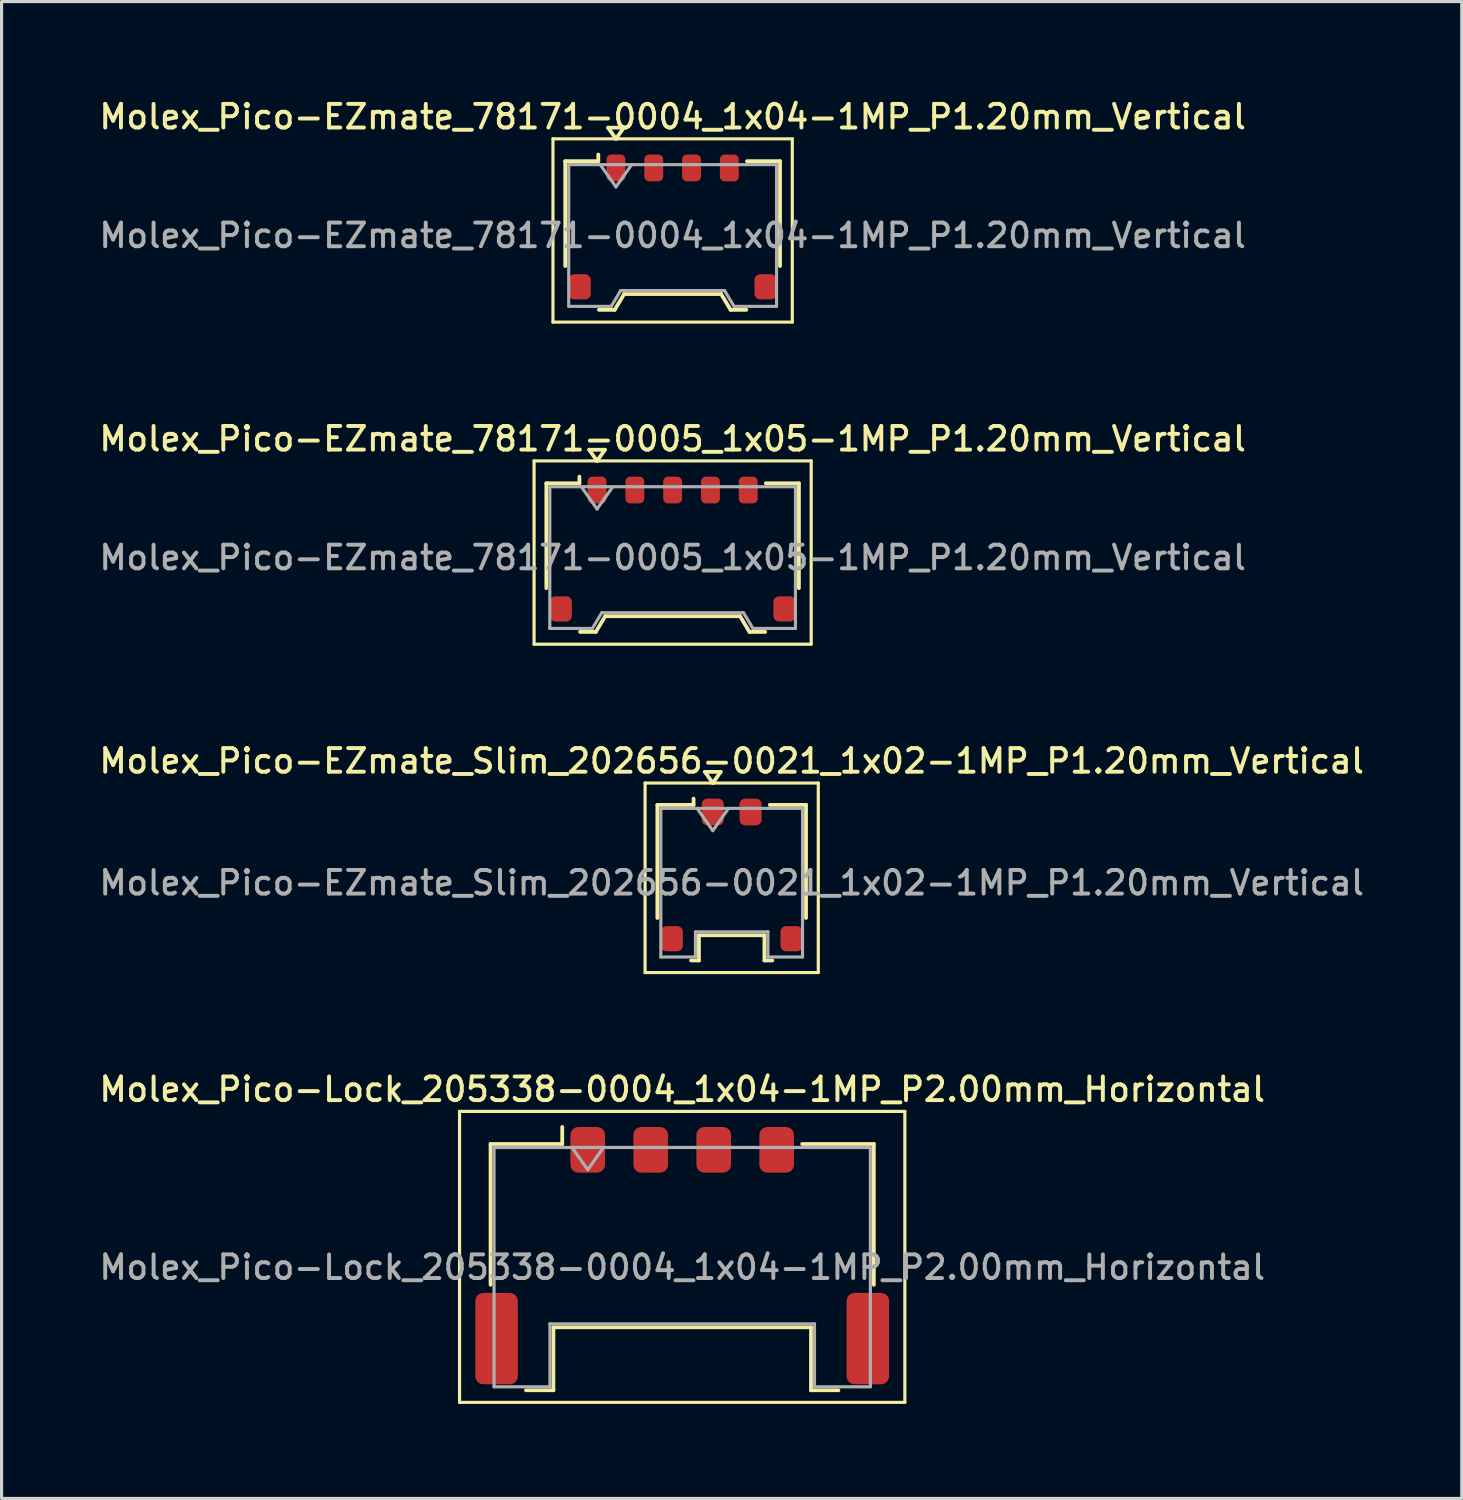
<source format=kicad_pcb>
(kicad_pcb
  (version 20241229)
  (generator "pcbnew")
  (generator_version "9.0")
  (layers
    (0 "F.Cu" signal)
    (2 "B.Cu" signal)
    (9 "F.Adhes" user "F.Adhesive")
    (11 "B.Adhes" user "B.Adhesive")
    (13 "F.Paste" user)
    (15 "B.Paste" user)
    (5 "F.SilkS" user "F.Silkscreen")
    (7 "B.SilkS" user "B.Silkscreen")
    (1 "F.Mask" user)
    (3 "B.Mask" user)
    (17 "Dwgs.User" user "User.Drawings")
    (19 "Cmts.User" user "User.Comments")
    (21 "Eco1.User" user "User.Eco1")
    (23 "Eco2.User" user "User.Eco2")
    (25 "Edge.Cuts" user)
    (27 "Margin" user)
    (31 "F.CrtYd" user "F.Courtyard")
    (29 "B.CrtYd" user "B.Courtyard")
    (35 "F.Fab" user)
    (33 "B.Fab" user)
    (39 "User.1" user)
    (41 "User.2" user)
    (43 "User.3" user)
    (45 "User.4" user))
  (footprint "Molex_Pico-EZmate_78171-0005_1x05-1MP_P1.20mm_Vertical"
    (layer "F.Cu")
    (at 18.309 14.386)
    (property "Reference" "Molex_Pico-EZmate_78171-0005_1x05-1MP_P1.20mm_Vertical" (at 0 -3.5 0) (layer "F.SilkS") (effects (font (size 0.75 0.75) (thickness 0.125))))
    (attr smd)
    (fp_line (start -4.4 -2.8) (end -4.4 3.02) (stroke (width 0.1) (type solid)) (layer "F.SilkS"))
    (fp_line (start -4.4 3.02) (end 4.4 3.02) (stroke (width 0.1) (type solid)) (layer "F.SilkS"))
    (fp_line (start -4.01 -2.09) (end -2.96 -2.09) (stroke (width 0.12) (type solid)) (layer "F.SilkS"))
    (fp_line (start -4.01 1.24) (end -4.01 -2.09) (stroke (width 0.12) (type solid)) (layer "F.SilkS"))
    (fp_line (start -2.96 -2.09) (end -2.96 -2.3) (stroke (width 0.12) (type solid)) (layer "F.SilkS"))
    (fp_line (start -2.94 2.63) (end -2.44 2.63) (stroke (width 0.12) (type solid)) (layer "F.SilkS"))
    (fp_line (start -2.65 -3.154) (end -2.4 -2.8) (stroke (width 0.12) (type solid)) (layer "F.SilkS"))
    (fp_line (start -2.44 2.63) (end -2.14 2.13) (stroke (width 0.12) (type solid)) (layer "F.SilkS"))
    (fp_line (start -2.4 -2.8) (end -2.15 -3.154) (stroke (width 0.12) (type solid)) (layer "F.SilkS"))
    (fp_line (start -2.15 -3.154) (end -2.65 -3.154) (stroke (width 0.12) (type solid)) (layer "F.SilkS"))
    (fp_line (start -2.14 2.13) (end 2.14 2.13) (stroke (width 0.12) (type solid)) (layer "F.SilkS"))
    (fp_line (start 2.14 2.13) (end 2.44 2.63) (stroke (width 0.12) (type solid)) (layer "F.SilkS"))
    (fp_line (start 2.44 2.63) (end 2.94 2.63) (stroke (width 0.12) (type solid)) (layer "F.SilkS"))
    (fp_line (start 4.01 -2.09) (end 2.96 -2.09) (stroke (width 0.12) (type solid)) (layer "F.SilkS"))
    (fp_line (start 4.01 1.24) (end 4.01 -2.09) (stroke (width 0.12) (type solid)) (layer "F.SilkS"))
    (fp_line (start 4.4 -2.8) (end -4.4 -2.8) (stroke (width 0.1) (type solid)) (layer "F.SilkS"))
    (fp_line (start 4.4 3.02) (end 4.4 -2.8) (stroke (width 0.1) (type solid)) (layer "F.SilkS"))
    (fp_line (start -3.9 -1.98) (end -3.9 2.52) (stroke (width 0.1) (type solid)) (layer "F.Fab"))
    (fp_line (start -3.9 -1.98) (end 3.9 -1.98) (stroke (width 0.1) (type solid)) (layer "F.Fab"))
    (fp_line (start -3.9 2.52) (end -2.55 2.52) (stroke (width 0.1) (type solid)) (layer "F.Fab"))
    (fp_line (start -2.9 -1.98) (end -2.4 -1.273) (stroke (width 0.1) (type solid)) (layer "F.Fab"))
    (fp_line (start -2.55 2.52) (end -2.25 2.02) (stroke (width 0.1) (type solid)) (layer "F.Fab"))
    (fp_line (start -2.4 -1.273) (end -1.9 -1.98) (stroke (width 0.1) (type solid)) (layer "F.Fab"))
    (fp_line (start -2.25 2.02) (end 2.25 2.02) (stroke (width 0.1) (type solid)) (layer "F.Fab"))
    (fp_line (start 2.25 2.02) (end 2.55 2.52) (stroke (width 0.1) (type solid)) (layer "F.Fab"))
    (fp_line (start 2.55 2.52) (end 3.9 2.52) (stroke (width 0.1) (type solid)) (layer "F.Fab"))
    (fp_line (start 3.9 -1.98) (end 3.9 2.52) (stroke (width 0.1) (type solid)) (layer "F.Fab"))
    (fp_text user "${REFERENCE}" (at 0 0.27 0) (layer "F.Fab") (effects (font (size 0.75 0.75) (thickness 0.125))))
    (pad "1" smd roundrect (at -2.4 -1.875) (size 0.6 0.85) (layers "F.Cu" "F.Mask" "F.Paste") (roundrect_rratio 0.25))
    (pad "2" smd roundrect (at -1.2 -1.875) (size 0.6 0.85) (layers "F.Cu" "F.Mask" "F.Paste") (roundrect_rratio 0.25))
    (pad "3" smd roundrect (at 0 -1.875) (size 0.6 0.85) (layers "F.Cu" "F.Mask" "F.Paste") (roundrect_rratio 0.25))
    (pad "4" smd roundrect (at 1.2 -1.875) (size 0.6 0.85) (layers "F.Cu" "F.Mask" "F.Paste") (roundrect_rratio 0.25))
    (pad "5" smd roundrect (at 2.4 -1.875) (size 0.6 0.85) (layers "F.Cu" "F.Mask" "F.Paste") (roundrect_rratio 0.25))
    (pad "MP" smd roundrect (at -3.55 1.9) (size 0.7 0.8) (layers "F.Cu" "F.Mask" "F.Paste") (roundrect_rratio 0.25))
    (pad "MP" smd roundrect (at 3.55 1.9) (size 0.7 0.8) (layers "F.Cu" "F.Mask" "F.Paste") (roundrect_rratio 0.25)))
  (footprint "Molex_Pico-Lock_205338-0004_1x04-1MP_P2.00mm_Horizontal"
    (layer "F.Cu")
    (at 18.613 36.822)
    (property "Reference" "Molex_Pico-Lock_205338-0004_1x04-1MP_P2.00mm_Horizontal" (at 0 -5.28 0) (layer "F.SilkS") (effects (font (size 0.75 0.75) (thickness 0.125))))
    (attr smd)
    (fp_line (start -7.07 -4.58) (end -7.07 4.66) (stroke (width 0.1) (type solid)) (layer "F.SilkS"))
    (fp_line (start -7.07 4.66) (end 7.07 4.66) (stroke (width 0.1) (type solid)) (layer "F.SilkS"))
    (fp_line (start -6.085 -3.545) (end -3.81 -3.545) (stroke (width 0.12) (type solid)) (layer "F.SilkS"))
    (fp_line (start -6.085 0.925) (end -6.085 -3.545) (stroke (width 0.12) (type solid)) (layer "F.SilkS"))
    (fp_line (start -4.96 4.275) (end -4.09 4.275) (stroke (width 0.12) (type solid)) (layer "F.SilkS"))
    (fp_line (start -4.09 2.275) (end 4.09 2.275) (stroke (width 0.12) (type solid)) (layer "F.SilkS"))
    (fp_line (start -4.09 4.275) (end -4.09 2.275) (stroke (width 0.12) (type solid)) (layer "F.SilkS"))
    (fp_line (start -3.81 -3.545) (end -3.81 -4.085) (stroke (width 0.12) (type solid)) (layer "F.SilkS"))
    (fp_line (start 4.09 2.275) (end 4.09 4.275) (stroke (width 0.12) (type solid)) (layer "F.SilkS"))
    (fp_line (start 4.09 4.275) (end 4.96 4.275) (stroke (width 0.12) (type solid)) (layer "F.SilkS"))
    (fp_line (start 6.085 -3.545) (end 3.81 -3.545) (stroke (width 0.12) (type solid)) (layer "F.SilkS"))
    (fp_line (start 6.085 0.925) (end 6.085 -3.545) (stroke (width 0.12) (type solid)) (layer "F.SilkS"))
    (fp_line (start 7.07 -4.58) (end -7.07 -4.58) (stroke (width 0.1) (type solid)) (layer "F.SilkS"))
    (fp_line (start 7.07 4.66) (end 7.07 -4.58) (stroke (width 0.1) (type solid)) (layer "F.SilkS"))
    (fp_line (start -5.975 -3.435) (end -5.975 4.165) (stroke (width 0.1) (type solid)) (layer "F.Fab"))
    (fp_line (start -5.975 -3.435) (end 5.975 -3.435) (stroke (width 0.1) (type solid)) (layer "F.Fab"))
    (fp_line (start -5.975 4.165) (end -4.2 4.165) (stroke (width 0.1) (type solid)) (layer "F.Fab"))
    (fp_line (start -4.2 2.165) (end 4.2 2.165) (stroke (width 0.1) (type solid)) (layer "F.Fab"))
    (fp_line (start -4.2 4.165) (end -4.2 2.165) (stroke (width 0.1) (type solid)) (layer "F.Fab"))
    (fp_line (start -3.5 -3.435) (end -3 -2.728) (stroke (width 0.1) (type solid)) (layer "F.Fab"))
    (fp_line (start -3 -2.728) (end -2.5 -3.435) (stroke (width 0.1) (type solid)) (layer "F.Fab"))
    (fp_line (start 4.2 2.165) (end 4.2 4.165) (stroke (width 0.1) (type solid)) (layer "F.Fab"))
    (fp_line (start 4.2 4.165) (end 5.975 4.165) (stroke (width 0.1) (type solid)) (layer "F.Fab"))
    (fp_line (start 5.975 -3.435) (end 5.975 4.165) (stroke (width 0.1) (type solid)) (layer "F.Fab"))
    (fp_text user "${REFERENCE}" (at 0 0.37 0) (layer "F.Fab") (effects (font (size 0.75 0.75) (thickness 0.125))))
    (pad "1" smd roundrect (at -3 -3.36) (size 1.1 1.45) (layers "F.Cu" "F.Mask" "F.Paste") (roundrect_rratio 0.227))
    (pad "2" smd roundrect (at -1 -3.36) (size 1.1 1.45) (layers "F.Cu" "F.Mask" "F.Paste") (roundrect_rratio 0.227))
    (pad "3" smd roundrect (at 1 -3.36) (size 1.1 1.45) (layers "F.Cu" "F.Mask" "F.Paste") (roundrect_rratio 0.227))
    (pad "4" smd roundrect (at 3 -3.36) (size 1.1 1.45) (layers "F.Cu" "F.Mask" "F.Paste") (roundrect_rratio 0.227))
    (pad "MP" smd roundrect (at -5.895 2.635) (size 1.35 2.9) (layers "F.Cu" "F.Mask" "F.Paste") (roundrect_rratio 0.185))
    (pad "MP" smd roundrect (at 5.895 2.635) (size 1.35 2.9) (layers "F.Cu" "F.Mask" "F.Paste") (roundrect_rratio 0.185)))
  (footprint "Molex_Pico-EZmate_Slim_202656-0021_1x02-1MP_P1.20mm_Vertical"
    (layer "F.Cu")
    (at 20.184 24.734)
    (property "Reference" "Molex_Pico-EZmate_Slim_202656-0021_1x02-1MP_P1.20mm_Vertical" (at 0 -3.62 0) (layer "F.SilkS") (effects (font (size 0.75 0.75) (thickness 0.125))))
    (attr smd)
    (fp_line (start -2.75 -2.92) (end -2.75 3.1) (stroke (width 0.1) (type solid)) (layer "F.SilkS"))
    (fp_line (start -2.75 3.1) (end 2.75 3.1) (stroke (width 0.1) (type solid)) (layer "F.SilkS"))
    (fp_line (start -2.36 -2.225) (end -1.21 -2.225) (stroke (width 0.12) (type solid)) (layer "F.SilkS"))
    (fp_line (start -2.36 1.365) (end -2.36 -2.225) (stroke (width 0.12) (type solid)) (layer "F.SilkS"))
    (fp_line (start -1.29 2.715) (end -1.04 2.715) (stroke (width 0.12) (type solid)) (layer "F.SilkS"))
    (fp_line (start -1.21 -2.225) (end -1.21 -2.425) (stroke (width 0.12) (type solid)) (layer "F.SilkS"))
    (fp_line (start -1.04 1.915) (end 1.04 1.915) (stroke (width 0.12) (type solid)) (layer "F.SilkS"))
    (fp_line (start -1.04 2.715) (end -1.04 1.915) (stroke (width 0.12) (type solid)) (layer "F.SilkS"))
    (fp_line (start -0.85 -3.274) (end -0.6 -2.92) (stroke (width 0.12) (type solid)) (layer "F.SilkS"))
    (fp_line (start -0.6 -2.92) (end -0.35 -3.274) (stroke (width 0.12) (type solid)) (layer "F.SilkS"))
    (fp_line (start -0.35 -3.274) (end -0.85 -3.274) (stroke (width 0.12) (type solid)) (layer "F.SilkS"))
    (fp_line (start 1.04 1.915) (end 1.04 2.715) (stroke (width 0.12) (type solid)) (layer "F.SilkS"))
    (fp_line (start 1.04 2.715) (end 1.29 2.715) (stroke (width 0.12) (type solid)) (layer "F.SilkS"))
    (fp_line (start 2.36 -2.225) (end 1.21 -2.225) (stroke (width 0.12) (type solid)) (layer "F.SilkS"))
    (fp_line (start 2.36 1.365) (end 2.36 -2.225) (stroke (width 0.12) (type solid)) (layer "F.SilkS"))
    (fp_line (start 2.75 -2.92) (end -2.75 -2.92) (stroke (width 0.1) (type solid)) (layer "F.SilkS"))
    (fp_line (start 2.75 3.1) (end 2.75 -2.92) (stroke (width 0.1) (type solid)) (layer "F.SilkS"))
    (fp_line (start -2.25 -2.115) (end -2.25 2.605) (stroke (width 0.1) (type solid)) (layer "F.Fab"))
    (fp_line (start -2.25 -2.115) (end 2.25 -2.115) (stroke (width 0.1) (type solid)) (layer "F.Fab"))
    (fp_line (start -2.25 2.605) (end -1.15 2.605) (stroke (width 0.1) (type solid)) (layer "F.Fab"))
    (fp_line (start -1.15 1.805) (end 1.15 1.805) (stroke (width 0.1) (type solid)) (layer "F.Fab"))
    (fp_line (start -1.15 2.605) (end -1.15 1.805) (stroke (width 0.1) (type solid)) (layer "F.Fab"))
    (fp_line (start -1.1 -2.115) (end -0.6 -1.408) (stroke (width 0.1) (type solid)) (layer "F.Fab"))
    (fp_line (start -0.6 -1.408) (end -0.1 -2.115) (stroke (width 0.1) (type solid)) (layer "F.Fab"))
    (fp_line (start 1.15 1.805) (end 1.15 2.605) (stroke (width 0.1) (type solid)) (layer "F.Fab"))
    (fp_line (start 1.15 2.605) (end 2.25 2.605) (stroke (width 0.1) (type solid)) (layer "F.Fab"))
    (fp_line (start 2.25 -2.115) (end 2.25 2.605) (stroke (width 0.1) (type solid)) (layer "F.Fab"))
    (fp_text user "${REFERENCE}" (at 0 0.25 0) (layer "F.Fab") (effects (font (size 0.75 0.75) (thickness 0.125))))
    (pad "1" smd roundrect (at -0.6 -2) (size 0.7 0.85) (layers "F.Cu" "F.Mask" "F.Paste") (roundrect_rratio 0.25))
    (pad "2" smd roundrect (at 0.6 -2) (size 0.7 0.85) (layers "F.Cu" "F.Mask" "F.Paste") (roundrect_rratio 0.25))
    (pad "MP" smd roundrect (at -1.9 2.025) (size 0.7 0.8) (layers "F.Cu" "F.Mask" "F.Paste") (roundrect_rratio 0.25))
    (pad "MP" smd roundrect (at 1.9 2.025) (size 0.7 0.8) (layers "F.Cu" "F.Mask" "F.Paste") (roundrect_rratio 0.25)))
  (footprint "Molex_Pico-EZmate_78171-0004_1x04-1MP_P1.20mm_Vertical"
    (layer "F.Cu")
    (at 18.309 4.158)
    (property "Reference" "Molex_Pico-EZmate_78171-0004_1x04-1MP_P1.20mm_Vertical" (at 0 -3.5 0) (layer "F.SilkS") (effects (font (size 0.75 0.75) (thickness 0.125))))
    (attr smd)
    (fp_line (start -3.8 -2.8) (end -3.8 3.02) (stroke (width 0.1) (type solid)) (layer "F.SilkS"))
    (fp_line (start -3.8 3.02) (end 3.8 3.02) (stroke (width 0.1) (type solid)) (layer "F.SilkS"))
    (fp_line (start -3.41 -2.09) (end -2.36 -2.09) (stroke (width 0.12) (type solid)) (layer "F.SilkS"))
    (fp_line (start -3.41 1.24) (end -3.41 -2.09) (stroke (width 0.12) (type solid)) (layer "F.SilkS"))
    (fp_line (start -2.36 -2.09) (end -2.36 -2.3) (stroke (width 0.12) (type solid)) (layer "F.SilkS"))
    (fp_line (start -2.34 2.63) (end -1.84 2.63) (stroke (width 0.12) (type solid)) (layer "F.SilkS"))
    (fp_line (start -2.05 -3.154) (end -1.8 -2.8) (stroke (width 0.12) (type solid)) (layer "F.SilkS"))
    (fp_line (start -1.84 2.63) (end -1.54 2.13) (stroke (width 0.12) (type solid)) (layer "F.SilkS"))
    (fp_line (start -1.8 -2.8) (end -1.55 -3.154) (stroke (width 0.12) (type solid)) (layer "F.SilkS"))
    (fp_line (start -1.55 -3.154) (end -2.05 -3.154) (stroke (width 0.12) (type solid)) (layer "F.SilkS"))
    (fp_line (start -1.54 2.13) (end 1.54 2.13) (stroke (width 0.12) (type solid)) (layer "F.SilkS"))
    (fp_line (start 1.54 2.13) (end 1.84 2.63) (stroke (width 0.12) (type solid)) (layer "F.SilkS"))
    (fp_line (start 1.84 2.63) (end 2.34 2.63) (stroke (width 0.12) (type solid)) (layer "F.SilkS"))
    (fp_line (start 3.41 -2.09) (end 2.36 -2.09) (stroke (width 0.12) (type solid)) (layer "F.SilkS"))
    (fp_line (start 3.41 1.24) (end 3.41 -2.09) (stroke (width 0.12) (type solid)) (layer "F.SilkS"))
    (fp_line (start 3.8 -2.8) (end -3.8 -2.8) (stroke (width 0.1) (type solid)) (layer "F.SilkS"))
    (fp_line (start 3.8 3.02) (end 3.8 -2.8) (stroke (width 0.1) (type solid)) (layer "F.SilkS"))
    (fp_line (start -3.3 -1.98) (end -3.3 2.52) (stroke (width 0.1) (type solid)) (layer "F.Fab"))
    (fp_line (start -3.3 -1.98) (end 3.3 -1.98) (stroke (width 0.1) (type solid)) (layer "F.Fab"))
    (fp_line (start -3.3 2.52) (end -1.95 2.52) (stroke (width 0.1) (type solid)) (layer "F.Fab"))
    (fp_line (start -2.3 -1.98) (end -1.8 -1.273) (stroke (width 0.1) (type solid)) (layer "F.Fab"))
    (fp_line (start -1.95 2.52) (end -1.65 2.02) (stroke (width 0.1) (type solid)) (layer "F.Fab"))
    (fp_line (start -1.8 -1.273) (end -1.3 -1.98) (stroke (width 0.1) (type solid)) (layer "F.Fab"))
    (fp_line (start -1.65 2.02) (end 1.65 2.02) (stroke (width 0.1) (type solid)) (layer "F.Fab"))
    (fp_line (start 1.65 2.02) (end 1.95 2.52) (stroke (width 0.1) (type solid)) (layer "F.Fab"))
    (fp_line (start 1.95 2.52) (end 3.3 2.52) (stroke (width 0.1) (type solid)) (layer "F.Fab"))
    (fp_line (start 3.3 -1.98) (end 3.3 2.52) (stroke (width 0.1) (type solid)) (layer "F.Fab"))
    (fp_text user "${REFERENCE}" (at 0 0.27 0) (layer "F.Fab") (effects (font (size 0.75 0.75) (thickness 0.125))))
    (pad "1" smd roundrect (at -1.8 -1.875) (size 0.6 0.85) (layers "F.Cu" "F.Mask" "F.Paste") (roundrect_rratio 0.25))
    (pad "2" smd roundrect (at -0.6 -1.875) (size 0.6 0.85) (layers "F.Cu" "F.Mask" "F.Paste") (roundrect_rratio 0.25))
    (pad "3" smd roundrect (at 0.6 -1.875) (size 0.6 0.85) (layers "F.Cu" "F.Mask" "F.Paste") (roundrect_rratio 0.25))
    (pad "4" smd roundrect (at 1.8 -1.875) (size 0.6 0.85) (layers "F.Cu" "F.Mask" "F.Paste") (roundrect_rratio 0.25))
    (pad "MP" smd roundrect (at -2.95 1.9) (size 0.7 0.8) (layers "F.Cu" "F.Mask" "F.Paste") (roundrect_rratio 0.25))
    (pad "MP" smd roundrect (at 2.95 1.9) (size 0.7 0.8) (layers "F.Cu" "F.Mask" "F.Paste") (roundrect_rratio 0.25)))
  (gr_rect
    (start -3 -3)
    (end 43.368 44.532)
    (stroke (width 0.1) (type default))
    (fill no)
    (layer "Edge.Cuts")))
</source>
